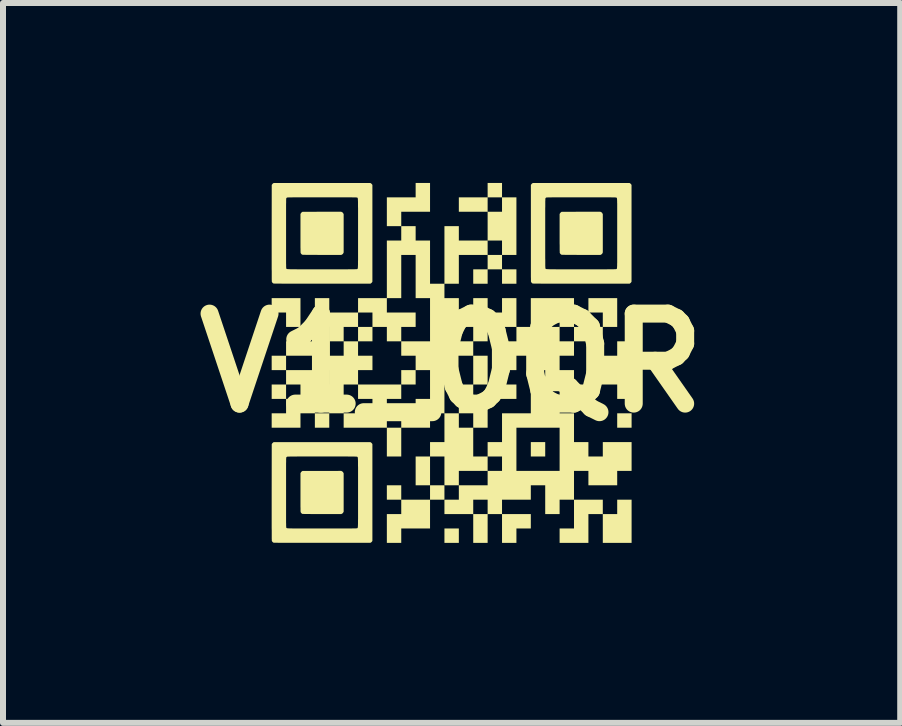
<source format=kicad_pcb>
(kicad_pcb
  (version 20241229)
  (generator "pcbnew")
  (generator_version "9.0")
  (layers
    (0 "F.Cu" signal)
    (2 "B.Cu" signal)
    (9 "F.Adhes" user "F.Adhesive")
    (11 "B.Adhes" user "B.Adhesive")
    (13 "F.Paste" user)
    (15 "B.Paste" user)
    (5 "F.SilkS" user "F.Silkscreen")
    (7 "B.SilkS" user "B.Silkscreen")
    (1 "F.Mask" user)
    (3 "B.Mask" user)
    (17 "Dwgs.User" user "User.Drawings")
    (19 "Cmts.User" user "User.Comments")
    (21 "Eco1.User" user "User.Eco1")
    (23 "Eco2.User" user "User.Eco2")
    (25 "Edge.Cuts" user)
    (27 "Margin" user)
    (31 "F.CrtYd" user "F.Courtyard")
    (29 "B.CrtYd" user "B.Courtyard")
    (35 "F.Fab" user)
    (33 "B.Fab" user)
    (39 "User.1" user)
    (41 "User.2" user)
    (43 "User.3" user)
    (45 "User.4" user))
  (footprint "V1_0QR"
    (layer "F.Cu")
    (at 4.479 3)
    (property "Reference" "V1_0QR" (at 0 0 0) (layer "F.SilkS") (effects (font (size 1.5 1.5) (thickness 0.3))))
    (attr board_only exclude_from_pos_files exclude_from_bom)
    (fp_poly (pts (xy -1.32 -0.48) (xy -1.32 -0.36) (xy -1.44 -0.36) (xy -1.56 -0.36) (xy -1.56 -0.48) (xy -1.56 -0.6) (xy -1.44 -0.6) (xy -1.32 -0.6)) (stroke (width 0) (type solid)) (fill yes) (layer "F.SilkS"))
    (fp_poly (pts (xy -0.6 0.24) (xy -0.6 0.36) (xy -0.72 0.36) (xy -0.84 0.36) (xy -0.84 0.24) (xy -0.84 0.12) (xy -0.72 0.12) (xy -0.6 0.12)) (stroke (width 0) (type solid)) (fill yes) (layer "F.SilkS"))
    (fp_poly (pts (xy 0.12 2.88) (xy 0.12 3) (xy 0 3) (xy -0.12 3) (xy -0.12 2.88) (xy -0.12 2.76) (xy 0 2.76) (xy 0.12 2.76)) (stroke (width 0) (type solid)) (fill yes) (layer "F.SilkS"))
    (fp_poly (pts (xy 1.08 -1.44) (xy 1.08 -1.32) (xy 0.96 -1.32) (xy 0.84 -1.32) (xy 0.84 -1.44) (xy 0.84 -1.56) (xy 0.96 -1.56) (xy 1.08 -1.56)) (stroke (width 0) (type solid)) (fill yes) (layer "F.SilkS"))
    (fp_poly (pts (xy 1.56 1.44) (xy 1.56 1.56) (xy 1.44 1.56) (xy 1.32 1.56) (xy 1.32 1.44) (xy 1.32 1.32) (xy 1.44 1.32) (xy 1.56 1.32)) (stroke (width 0) (type solid)) (fill yes) (layer "F.SilkS"))
    (fp_poly (pts (xy 3 0.96) (xy 3 1.08) (xy 2.88 1.08) (xy 2.76 1.08) (xy 2.76 0.96) (xy 2.76 0.84) (xy 2.88 0.84) (xy 3 0.84)) (stroke (width 0) (type solid)) (fill yes) (layer "F.SilkS"))
    (fp_poly (pts (xy -2.52 -0.84) (xy -2.52 -0.6) (xy -2.64 -0.6) (xy -2.76 -0.6) (xy -2.76 -0.72) (xy -2.76 -0.84) (xy -2.88 -0.84) (xy -3 -0.84) (xy -3 -0.96) (xy -3 -1.08) (xy -2.76 -1.08) (xy -2.52 -1.08)) (stroke (width 0) (type solid)) (fill yes) (layer "F.SilkS"))
    (fp_poly (pts (xy 1.32 2.64) (xy 1.32 2.76) (xy 1.2 2.76) (xy 1.08 2.76) (xy 1.08 2.88) (xy 1.08 3) (xy 0.96 3) (xy 0.84 3) (xy 0.84 2.76) (xy 0.84 2.52) (xy 1.08 2.52) (xy 1.32 2.52)) (stroke (width 0) (type solid)) (fill yes) (layer "F.SilkS"))
    (fp_poly (pts (xy -0.36 -2.76) (xy -0.36 -2.52) (xy -0.6 -2.52) (xy -0.84 -2.52) (xy -0.84 -2.4) (xy -0.84 -2.28) (xy -0.96 -2.28) (xy -1.08 -2.28) (xy -1.08 -2.52) (xy -1.08 -2.76) (xy -0.84 -2.76) (xy -0.6 -2.76) (xy -0.6 -2.88) (xy -0.6 -3) (xy -0.48 -3) (xy -0.36 -3)) (stroke (width 0) (type solid)) (fill yes) (layer "F.SilkS"))
    (fp_poly (pts (xy 2.52 2.4) (xy 2.52 2.52) (xy 2.64 2.52) (xy 2.76 2.52) (xy 2.76 2.4) (xy 2.76 2.28) (xy 2.88 2.28) (xy 3 2.28) (xy 3 2.64) (xy 3 3) (xy 2.76 3) (xy 2.52 3) (xy 2.52 2.76) (xy 2.52 2.52) (xy 2.4 2.52) (xy 2.28 2.52) (xy 2.28 2.76) (xy 2.28 3) (xy 2.04 3) (xy 1.8 3) (xy 1.8 2.88) (xy 1.8 2.76) (xy 1.92 2.76) (xy 2.04 2.76) (xy 2.04 2.52) (xy 2.04 2.28) (xy 2.28 2.28) (xy 2.52 2.28)) (stroke (width 0) (type solid)) (fill yes) (layer "F.SilkS"))
    (fp_poly (pts (xy 0.6 0.12) (xy 0.6 0.36) (xy 0.48 0.36) (xy 0.36 0.36) (xy 0.36 0.48) (xy 0.36 0.6) (xy 0.48 0.6) (xy 0.6 0.6) (xy 0.6 0.48) (xy 0.6 0.36) (xy 0.84 0.36) (xy 1.08 0.36) (xy 1.08 0.48) (xy 1.08 0.6) (xy 0.84 0.6) (xy 0.6 0.6) (xy 0.6 0.84) (xy 0.6 1.08) (xy 0.48 1.08) (xy 0.36 1.08) (xy 0.36 0.96) (xy 0.36 0.84) (xy 0.24 0.84) (xy 0.12 0.84) (xy 0.12 0.6) (xy 0.12 0.36) (xy 0.24 0.36) (xy 0.36 0.36) (xy 0.36 0.12) (xy 0.36 -0.12) (xy 0.48 -0.12) (xy 0.6 -0.12)) (stroke (width 0) (type solid)) (fill yes) (layer "F.SilkS"))
    (fp_poly (pts (xy -1.827 -2.513) (xy -1.819 -2.508) (xy -1.812 -2.502) (xy -1.807 -2.493) (xy -1.8 -2.48) (xy -1.8 -2.16) (xy -1.8 -1.841) (xy -1.807 -1.827) (xy -1.813 -1.818) (xy -1.819 -1.812) (xy -1.827 -1.807) (xy -1.841 -1.8) (xy -2.16 -1.8) (xy -2.206 -1.8) (xy -2.249 -1.801) (xy -2.29 -1.801) (xy -2.327 -1.801) (xy -2.361 -1.801) (xy -2.391 -1.801) (xy -2.418 -1.801) (xy -2.44 -1.802) (xy -2.459 -1.802) (xy -2.473 -1.802) (xy -2.482 -1.803) (xy -2.487 -1.803) (xy -2.487 -1.803) (xy -2.496 -1.807) (xy -2.505 -1.815) (xy -2.512 -1.824) (xy -2.517 -1.833) (xy -2.518 -1.834) (xy -2.518 -1.838) (xy -2.518 -1.847) (xy -2.519 -1.86) (xy -2.519 -1.877) (xy -2.519 -1.899) (xy -2.52 -1.926) (xy -2.52 -1.957) (xy -2.52 -1.994) (xy -2.52 -2.035) (xy -2.52 -2.081) (xy -2.52 -2.131) (xy -2.52 -2.163) (xy -2.52 -2.482) (xy -2.514 -2.493) (xy -2.509 -2.501) (xy -2.501 -2.509) (xy -2.498 -2.511) (xy -2.487 -2.519) (xy -2.164 -2.52) (xy -1.841 -2.52)) (stroke (width 0) (type solid)) (fill yes) (layer "F.SilkS"))
    (fp_poly (pts (xy -1.827 1.807) (xy -1.819 1.813) (xy -1.812 1.819) (xy -1.807 1.827) (xy -1.8 1.841) (xy -1.8 2.16) (xy -1.8 2.48) (xy -1.807 2.493) (xy -1.813 2.502) (xy -1.819 2.508) (xy -1.827 2.513) (xy -1.841 2.52) (xy -2.16 2.52) (xy -2.206 2.52) (xy -2.249 2.52) (xy -2.29 2.52) (xy -2.327 2.52) (xy -2.361 2.519) (xy -2.391 2.519) (xy -2.418 2.519) (xy -2.44 2.519) (xy -2.459 2.518) (xy -2.473 2.518) (xy -2.482 2.518) (xy -2.487 2.518) (xy -2.487 2.517) (xy -2.496 2.513) (xy -2.505 2.505) (xy -2.512 2.496) (xy -2.517 2.487) (xy -2.518 2.486) (xy -2.518 2.482) (xy -2.518 2.474) (xy -2.519 2.461) (xy -2.519 2.443) (xy -2.519 2.421) (xy -2.52 2.395) (xy -2.52 2.363) (xy -2.52 2.327) (xy -2.52 2.286) (xy -2.52 2.24) (xy -2.52 2.189) (xy -2.52 2.157) (xy -2.52 1.838) (xy -2.514 1.827) (xy -2.509 1.819) (xy -2.501 1.811) (xy -2.498 1.809) (xy -2.487 1.801) (xy -2.164 1.801) (xy -1.841 1.8)) (stroke (width 0) (type solid)) (fill yes) (layer "F.SilkS"))
    (fp_poly (pts (xy 2.493 -2.513) (xy 2.502 -2.508) (xy 2.508 -2.502) (xy 2.513 -2.493) (xy 2.52 -2.48) (xy 2.52 -2.16) (xy 2.52 -1.841) (xy 2.513 -1.827) (xy 2.508 -1.818) (xy 2.501 -1.812) (xy 2.493 -1.807) (xy 2.48 -1.8) (xy 2.161 -1.8) (xy 2.114 -1.8) (xy 2.071 -1.801) (xy 2.031 -1.801) (xy 1.994 -1.801) (xy 1.96 -1.801) (xy 1.929 -1.801) (xy 1.903 -1.801) (xy 1.88 -1.802) (xy 1.862 -1.802) (xy 1.848 -1.802) (xy 1.838 -1.803) (xy 1.834 -1.803) (xy 1.833 -1.803) (xy 1.824 -1.807) (xy 1.816 -1.815) (xy 1.808 -1.824) (xy 1.803 -1.833) (xy 1.803 -1.834) (xy 1.802 -1.838) (xy 1.802 -1.847) (xy 1.802 -1.86) (xy 1.801 -1.877) (xy 1.801 -1.899) (xy 1.801 -1.926) (xy 1.801 -1.957) (xy 1.8 -1.994) (xy 1.8 -2.035) (xy 1.8 -2.081) (xy 1.8 -2.131) (xy 1.8 -2.163) (xy 1.8 -2.482) (xy 1.806 -2.493) (xy 1.812 -2.501) (xy 1.819 -2.509) (xy 1.822 -2.511) (xy 1.833 -2.519) (xy 2.156 -2.52) (xy 2.48 -2.52)) (stroke (width 0) (type solid)) (fill yes) (layer "F.SilkS"))
    (fp_poly (pts (xy -1.343 -2.992) (xy -1.336 -2.986) (xy -1.329 -2.978) (xy -1.327 -2.976) (xy -1.321 -2.967) (xy -1.321 -2.16) (xy -1.321 -1.354) (xy -1.327 -1.344) (xy -1.333 -1.337) (xy -1.341 -1.33) (xy -1.343 -1.328) (xy -1.354 -1.321) (xy -2.156 -1.321) (xy -2.234 -1.321) (xy -2.309 -1.321) (xy -2.379 -1.321) (xy -2.447 -1.321) (xy -2.51 -1.321) (xy -2.57 -1.321) (xy -2.627 -1.321) (xy -2.679 -1.321) (xy -2.727 -1.321) (xy -2.771 -1.321) (xy -2.811 -1.321) (xy -2.846 -1.322) (xy -2.877 -1.322) (xy -2.904 -1.322) (xy -2.926 -1.322) (xy -2.944 -1.322) (xy -2.956 -1.323) (xy -2.964 -1.323) (xy -2.967 -1.323) (xy -2.976 -1.327) (xy -2.985 -1.335) (xy -2.993 -1.344) (xy -2.997 -1.354) (xy -2.998 -1.355) (xy -2.998 -1.358) (xy -2.998 -1.365) (xy -2.998 -1.375) (xy -2.999 -1.39) (xy -2.999 -1.409) (xy -2.999 -1.432) (xy -2.999 -1.46) (xy -2.999 -1.491) (xy -2.999 -1.527) (xy -3 -1.567) (xy -3 -1.612) (xy -3 -1.661) (xy -3 -1.715) (xy -3 -1.774) (xy -3 -1.837) (xy -3 -1.904) (xy -3 -1.977) (xy -3 -2.055) (xy -3 -2.137) (xy -3 -2.16) (xy -2.76 -2.16) (xy -2.76 -2.097) (xy -2.76 -2.038) (xy -2.76 -1.984) (xy -2.76 -1.934) (xy -2.76 -1.889) (xy -2.76 -1.847) (xy -2.76 -1.809) (xy -2.76 -1.776) (xy -2.76 -1.745) (xy -2.76 -1.718) (xy -2.76 -1.694) (xy -2.76 -1.673) (xy -2.76 -1.654) (xy -2.759 -1.638) (xy -2.759 -1.625) (xy -2.759 -1.613) (xy -2.759 -1.604) (xy -2.758 -1.596) (xy -2.758 -1.59) (xy -2.758 -1.585) (xy -2.758 -1.581) (xy -2.757 -1.579) (xy -2.757 -1.577) (xy -2.756 -1.575) (xy -2.756 -1.575) (xy -2.755 -1.573) (xy -2.755 -1.572) (xy -2.754 -1.571) (xy -2.753 -1.569) (xy -2.752 -1.568) (xy -2.751 -1.567) (xy -2.748 -1.566) (xy -2.745 -1.565) (xy -2.741 -1.564) (xy -2.735 -1.564) (xy -2.728 -1.563) (xy -2.719 -1.563) (xy -2.708 -1.562) (xy -2.696 -1.562) (xy -2.681 -1.561) (xy -2.663 -1.561) (xy -2.643 -1.561) (xy -2.62 -1.561) (xy -2.594 -1.561) (xy -2.565 -1.56) (xy -2.533 -1.56) (xy -2.497 -1.56) (xy -2.457 -1.56) (xy -2.413 -1.56) (xy -2.365 -1.56) (xy -2.313 -1.56) (xy -2.256 -1.56) (xy -2.195 -1.56) (xy -2.161 -1.56) (xy -2.097 -1.56) (xy -2.038 -1.56) (xy -1.984 -1.56) (xy -1.934 -1.56) (xy -1.888 -1.56) (xy -1.847 -1.56) (xy -1.809 -1.56) (xy -1.775 -1.56) (xy -1.744 -1.56) (xy -1.717 -1.561) (xy -1.693 -1.561) (xy -1.672 -1.561) (xy -1.653 -1.561) (xy -1.638 -1.561) (xy -1.624 -1.561) (xy -1.612 -1.562) (xy -1.603 -1.562) (xy -1.595 -1.562) (xy -1.589 -1.562) (xy -1.585 -1.563) (xy -1.581 -1.563) (xy -1.579 -1.563) (xy -1.577 -1.564) (xy -1.576 -1.564) (xy -1.575 -1.565) (xy -1.573 -1.565) (xy -1.571 -1.566) (xy -1.57 -1.566) (xy -1.569 -1.567) (xy -1.568 -1.568) (xy -1.567 -1.571) (xy -1.566 -1.574) (xy -1.565 -1.578) (xy -1.564 -1.583) (xy -1.563 -1.59) (xy -1.563 -1.598) (xy -1.562 -1.609) (xy -1.562 -1.621) (xy -1.561 -1.635) (xy -1.561 -1.652) (xy -1.561 -1.672) (xy -1.561 -1.694) (xy -1.56 -1.72) (xy -1.56 -1.748) (xy -1.56 -1.78) (xy -1.56 -1.815) (xy -1.56 -1.854) (xy -1.56 -1.897) (xy -1.56 -1.944) (xy -1.56 -1.996) (xy -1.56 -2.052) (xy -1.56 -2.112) (xy -1.56 -2.16) (xy -1.56 -2.224) (xy -1.56 -2.283) (xy -1.56 -2.338) (xy -1.56 -2.388) (xy -1.56 -2.434) (xy -1.56 -2.476) (xy -1.56 -2.514) (xy -1.56 -2.548) (xy -1.56 -2.579) (xy -1.561 -2.607) (xy -1.561 -2.631) (xy -1.561 -2.653) (xy -1.561 -2.672) (xy -1.561 -2.688) (xy -1.562 -2.702) (xy -1.562 -2.713) (xy -1.563 -2.723) (xy -1.563 -2.731) (xy -1.564 -2.738) (xy -1.565 -2.743) (xy -1.566 -2.747) (xy -1.566 -2.749) (xy -1.567 -2.751) (xy -1.569 -2.753) (xy -1.57 -2.754) (xy -1.571 -2.754) (xy -1.573 -2.755) (xy -1.574 -2.756) (xy -1.575 -2.756) (xy -1.576 -2.756) (xy -1.577 -2.757) (xy -1.58 -2.757) (xy -1.583 -2.758) (xy -1.587 -2.758) (xy -1.592 -2.758) (xy -1.599 -2.759) (xy -1.608 -2.759) (xy -1.618 -2.759) (xy -1.631 -2.759) (xy -1.645 -2.759) (xy -1.662 -2.76) (xy -1.682 -2.76) (xy -1.704 -2.76) (xy -1.73 -2.76) (xy -1.759 -2.76) (xy -1.791 -2.76) (xy -1.826 -2.76) (xy -1.865 -2.76) (xy -1.909 -2.76) (xy -1.956 -2.76) (xy -2.008 -2.76) (xy -2.064 -2.76) (xy -2.125 -2.76) (xy -2.16 -2.76) (xy -2.224 -2.76) (xy -2.283 -2.76) (xy -2.337 -2.76) (xy -2.387 -2.76) (xy -2.432 -2.76) (xy -2.474 -2.76) (xy -2.512 -2.76) (xy -2.546 -2.76) (xy -2.576 -2.76) (xy -2.603 -2.76) (xy -2.627 -2.76) (xy -2.649 -2.76) (xy -2.667 -2.759) (xy -2.683 -2.759) (xy -2.697 -2.759) (xy -2.708 -2.759) (xy -2.718 -2.759) (xy -2.725 -2.758) (xy -2.732 -2.758) (xy -2.736 -2.758) (xy -2.74 -2.757) (xy -2.742 -2.757) (xy -2.744 -2.757) (xy -2.745 -2.756) (xy -2.745 -2.756) (xy -2.752 -2.751) (xy -2.756 -2.745) (xy -2.757 -2.744) (xy -2.757 -2.742) (xy -2.757 -2.74) (xy -2.758 -2.737) (xy -2.758 -2.732) (xy -2.758 -2.726) (xy -2.759 -2.718) (xy -2.759 -2.709) (xy -2.759 -2.697) (xy -2.759 -2.684) (xy -2.759 -2.668) (xy -2.76 -2.65) (xy -2.76 -2.629) (xy -2.76 -2.605) (xy -2.76 -2.578) (xy -2.76 -2.548) (xy -2.76 -2.514) (xy -2.76 -2.476) (xy -2.76 -2.435) (xy -2.76 -2.39) (xy -2.76 -2.34) (xy -2.76 -2.286) (xy -2.76 -2.228) (xy -2.76 -2.164) (xy -2.76 -2.16) (xy -3 -2.16) (xy -3 -2.166) (xy -2.999 -2.967) (xy -2.992 -2.977) (xy -2.986 -2.985) (xy -2.978 -2.992) (xy -2.976 -2.993) (xy -2.967 -2.999) (xy -2.16 -2.999) (xy -1.354 -2.999)) (stroke (width 0) (type solid)) (fill yes) (layer "F.SilkS"))
    (fp_poly (pts (xy -1.343 1.328) (xy -1.336 1.334) (xy -1.329 1.342) (xy -1.327 1.344) (xy -1.321 1.354) (xy -1.321 2.16) (xy -1.321 2.967) (xy -1.327 2.976) (xy -1.333 2.984) (xy -1.341 2.991) (xy -1.343 2.992) (xy -1.354 2.999) (xy -2.156 2.999) (xy -2.234 2.999) (xy -2.309 2.999) (xy -2.379 2.999) (xy -2.447 2.999) (xy -2.51 2.999) (xy -2.57 2.999) (xy -2.627 2.999) (xy -2.679 2.999) (xy -2.727 2.999) (xy -2.771 2.999) (xy -2.811 2.999) (xy -2.846 2.999) (xy -2.877 2.999) (xy -2.904 2.998) (xy -2.926 2.998) (xy -2.944 2.998) (xy -2.956 2.998) (xy -2.964 2.998) (xy -2.967 2.997) (xy -2.976 2.993) (xy -2.985 2.985) (xy -2.993 2.976) (xy -2.997 2.967) (xy -2.998 2.966) (xy -2.998 2.963) (xy -2.998 2.956) (xy -2.998 2.945) (xy -2.999 2.93) (xy -2.999 2.911) (xy -2.999 2.888) (xy -2.999 2.861) (xy -2.999 2.829) (xy -2.999 2.793) (xy -3 2.753) (xy -3 2.708) (xy -3 2.659) (xy -3 2.605) (xy -3 2.547) (xy -3 2.484) (xy -3 2.416) (xy -3 2.343) (xy -3 2.266) (xy -3 2.184) (xy -3 2.16) (xy -2.76 2.16) (xy -2.76 2.224) (xy -2.76 2.283) (xy -2.76 2.337) (xy -2.76 2.386) (xy -2.76 2.432) (xy -2.76 2.473) (xy -2.76 2.511) (xy -2.76 2.545) (xy -2.76 2.575) (xy -2.76 2.602) (xy -2.76 2.627) (xy -2.76 2.648) (xy -2.76 2.666) (xy -2.759 2.682) (xy -2.759 2.696) (xy -2.759 2.707) (xy -2.759 2.717) (xy -2.758 2.725) (xy -2.758 2.731) (xy -2.758 2.736) (xy -2.758 2.739) (xy -2.757 2.742) (xy -2.757 2.744) (xy -2.756 2.745) (xy -2.756 2.745) (xy -2.755 2.747) (xy -2.755 2.749) (xy -2.754 2.75) (xy -2.753 2.751) (xy -2.752 2.752) (xy -2.751 2.753) (xy -2.748 2.754) (xy -2.745 2.755) (xy -2.741 2.756) (xy -2.735 2.757) (xy -2.728 2.757) (xy -2.719 2.758) (xy -2.708 2.758) (xy -2.696 2.759) (xy -2.681 2.759) (xy -2.663 2.759) (xy -2.643 2.76) (xy -2.62 2.76) (xy -2.594 2.76) (xy -2.565 2.76) (xy -2.533 2.76) (xy -2.497 2.76) (xy -2.457 2.76) (xy -2.413 2.76) (xy -2.365 2.76) (xy -2.313 2.76) (xy -2.256 2.76) (xy -2.195 2.76) (xy -2.161 2.76) (xy -2.097 2.76) (xy -2.038 2.76) (xy -1.984 2.76) (xy -1.934 2.76) (xy -1.888 2.76) (xy -1.847 2.76) (xy -1.809 2.76) (xy -1.775 2.76) (xy -1.744 2.76) (xy -1.717 2.76) (xy -1.693 2.76) (xy -1.672 2.76) (xy -1.653 2.759) (xy -1.638 2.759) (xy -1.624 2.759) (xy -1.612 2.759) (xy -1.603 2.759) (xy -1.595 2.758) (xy -1.589 2.758) (xy -1.585 2.758) (xy -1.581 2.757) (xy -1.579 2.757) (xy -1.577 2.757) (xy -1.576 2.756) (xy -1.575 2.756) (xy -1.573 2.755) (xy -1.571 2.755) (xy -1.57 2.754) (xy -1.569 2.753) (xy -1.568 2.752) (xy -1.567 2.75) (xy -1.566 2.747) (xy -1.565 2.743) (xy -1.564 2.737) (xy -1.563 2.731) (xy -1.563 2.722) (xy -1.562 2.712) (xy -1.562 2.7) (xy -1.561 2.685) (xy -1.561 2.668) (xy -1.561 2.648) (xy -1.561 2.626) (xy -1.56 2.601) (xy -1.56 2.572) (xy -1.56 2.541) (xy -1.56 2.505) (xy -1.56 2.466) (xy -1.56 2.423) (xy -1.56 2.376) (xy -1.56 2.325) (xy -1.56 2.269) (xy -1.56 2.208) (xy -1.56 2.16) (xy -1.56 2.096) (xy -1.56 2.037) (xy -1.56 1.982) (xy -1.56 1.932) (xy -1.56 1.886) (xy -1.56 1.844) (xy -1.56 1.806) (xy -1.56 1.772) (xy -1.56 1.741) (xy -1.561 1.714) (xy -1.561 1.689) (xy -1.561 1.668) (xy -1.561 1.649) (xy -1.561 1.633) (xy -1.562 1.619) (xy -1.562 1.607) (xy -1.563 1.597) (xy -1.563 1.589) (xy -1.564 1.583) (xy -1.565 1.578) (xy -1.566 1.574) (xy -1.566 1.571) (xy -1.567 1.569) (xy -1.569 1.568) (xy -1.57 1.567) (xy -1.571 1.566) (xy -1.573 1.566) (xy -1.574 1.565) (xy -1.575 1.564) (xy -1.576 1.564) (xy -1.577 1.564) (xy -1.58 1.563) (xy -1.583 1.563) (xy -1.587 1.562) (xy -1.592 1.562) (xy -1.599 1.562) (xy -1.608 1.562) (xy -1.618 1.561) (xy -1.631 1.561) (xy -1.645 1.561) (xy -1.662 1.561) (xy -1.682 1.561) (xy -1.704 1.561) (xy -1.73 1.56) (xy -1.759 1.56) (xy -1.791 1.56) (xy -1.826 1.56) (xy -1.865 1.56) (xy -1.909 1.56) (xy -1.956 1.56) (xy -2.008 1.56) (xy -2.064 1.56) (xy -2.125 1.56) (xy -2.16 1.56) (xy -2.224 1.56) (xy -2.283 1.56) (xy -2.337 1.56) (xy -2.387 1.56) (xy -2.432 1.56) (xy -2.474 1.56) (xy -2.512 1.56) (xy -2.546 1.56) (xy -2.576 1.56) (xy -2.603 1.561) (xy -2.627 1.561) (xy -2.649 1.561) (xy -2.667 1.561) (xy -2.683 1.561) (xy -2.697 1.561) (xy -2.708 1.562) (xy -2.718 1.562) (xy -2.725 1.562) (xy -2.732 1.562) (xy -2.736 1.563) (xy -2.74 1.563) (xy -2.742 1.563) (xy -2.744 1.564) (xy -2.745 1.564) (xy -2.745 1.564) (xy -2.752 1.57) (xy -2.756 1.575) (xy -2.757 1.576) (xy -2.757 1.578) (xy -2.757 1.58) (xy -2.758 1.584) (xy -2.758 1.589) (xy -2.758 1.595) (xy -2.759 1.602) (xy -2.759 1.612) (xy -2.759 1.623) (xy -2.759 1.636) (xy -2.759 1.652) (xy -2.76 1.671) (xy -2.76 1.692) (xy -2.76 1.715) (xy -2.76 1.742) (xy -2.76 1.773) (xy -2.76 1.807) (xy -2.76 1.844) (xy -2.76 1.885) (xy -2.76 1.931) (xy -2.76 1.98) (xy -2.76 2.034) (xy -2.76 2.093) (xy -2.76 2.156) (xy -2.76 2.16) (xy -3 2.16) (xy -3 2.155) (xy -2.999 1.354) (xy -2.992 1.343) (xy -2.986 1.336) (xy -2.978 1.329) (xy -2.976 1.327) (xy -2.967 1.321) (xy -2.16 1.321) (xy -1.354 1.321)) (stroke (width 0) (type solid)) (fill yes) (layer "F.SilkS"))
    (fp_poly (pts (xy 2.977 -2.992) (xy 2.985 -2.986) (xy 2.992 -2.978) (xy 2.993 -2.976) (xy 2.999 -2.967) (xy 2.999 -2.16) (xy 2.999 -1.354) (xy 2.993 -1.344) (xy 2.987 -1.337) (xy 2.979 -1.33) (xy 2.977 -1.328) (xy 2.967 -1.321) (xy 2.164 -1.321) (xy 2.086 -1.321) (xy 2.012 -1.321) (xy 1.941 -1.321) (xy 1.874 -1.321) (xy 1.81 -1.321) (xy 1.75 -1.321) (xy 1.694 -1.321) (xy 1.642 -1.321) (xy 1.594 -1.321) (xy 1.55 -1.321) (xy 1.51 -1.321) (xy 1.474 -1.322) (xy 1.443 -1.322) (xy 1.416 -1.322) (xy 1.394 -1.322) (xy 1.377 -1.322) (xy 1.364 -1.323) (xy 1.356 -1.323) (xy 1.353 -1.323) (xy 1.344 -1.327) (xy 1.335 -1.335) (xy 1.328 -1.344) (xy 1.323 -1.354) (xy 1.323 -1.355) (xy 1.322 -1.358) (xy 1.322 -1.365) (xy 1.322 -1.375) (xy 1.322 -1.39) (xy 1.322 -1.409) (xy 1.321 -1.432) (xy 1.321 -1.46) (xy 1.321 -1.491) (xy 1.321 -1.527) (xy 1.321 -1.567) (xy 1.321 -1.612) (xy 1.321 -1.661) (xy 1.321 -1.715) (xy 1.321 -1.774) (xy 1.321 -1.837) (xy 1.321 -1.904) (xy 1.321 -1.977) (xy 1.321 -2.055) (xy 1.321 -2.137) (xy 1.321 -2.16) (xy 1.56 -2.16) (xy 1.56 -2.097) (xy 1.56 -2.038) (xy 1.56 -1.984) (xy 1.56 -1.934) (xy 1.56 -1.889) (xy 1.56 -1.847) (xy 1.56 -1.809) (xy 1.56 -1.776) (xy 1.56 -1.745) (xy 1.561 -1.718) (xy 1.561 -1.694) (xy 1.561 -1.673) (xy 1.561 -1.654) (xy 1.561 -1.638) (xy 1.561 -1.625) (xy 1.561 -1.613) (xy 1.562 -1.604) (xy 1.562 -1.596) (xy 1.562 -1.59) (xy 1.563 -1.585) (xy 1.563 -1.581) (xy 1.563 -1.579) (xy 1.564 -1.577) (xy 1.564 -1.575) (xy 1.564 -1.575) (xy 1.565 -1.573) (xy 1.566 -1.572) (xy 1.566 -1.571) (xy 1.567 -1.569) (xy 1.568 -1.568) (xy 1.57 -1.567) (xy 1.572 -1.566) (xy 1.575 -1.565) (xy 1.58 -1.564) (xy 1.585 -1.564) (xy 1.593 -1.563) (xy 1.601 -1.563) (xy 1.612 -1.562) (xy 1.625 -1.562) (xy 1.64 -1.561) (xy 1.657 -1.561) (xy 1.677 -1.561) (xy 1.7 -1.561) (xy 1.726 -1.561) (xy 1.755 -1.56) (xy 1.788 -1.56) (xy 1.824 -1.56) (xy 1.863 -1.56) (xy 1.907 -1.56) (xy 1.955 -1.56) (xy 2.007 -1.56) (xy 2.064 -1.56) (xy 2.125 -1.56) (xy 2.16 -1.56) (xy 2.224 -1.56) (xy 2.282 -1.56) (xy 2.337 -1.56) (xy 2.387 -1.56) (xy 2.432 -1.56) (xy 2.474 -1.56) (xy 2.511 -1.56) (xy 2.545 -1.56) (xy 2.576 -1.56) (xy 2.603 -1.561) (xy 2.627 -1.561) (xy 2.648 -1.561) (xy 2.667 -1.561) (xy 2.683 -1.561) (xy 2.697 -1.561) (xy 2.708 -1.562) (xy 2.717 -1.562) (xy 2.725 -1.562) (xy 2.731 -1.562) (xy 2.736 -1.563) (xy 2.739 -1.563) (xy 2.742 -1.563) (xy 2.743 -1.564) (xy 2.744 -1.564) (xy 2.746 -1.565) (xy 2.747 -1.565) (xy 2.749 -1.566) (xy 2.75 -1.566) (xy 2.752 -1.567) (xy 2.753 -1.568) (xy 2.754 -1.571) (xy 2.755 -1.574) (xy 2.756 -1.578) (xy 2.756 -1.583) (xy 2.757 -1.59) (xy 2.758 -1.598) (xy 2.758 -1.609) (xy 2.759 -1.621) (xy 2.759 -1.635) (xy 2.759 -1.652) (xy 2.76 -1.672) (xy 2.76 -1.694) (xy 2.76 -1.72) (xy 2.76 -1.748) (xy 2.76 -1.78) (xy 2.76 -1.815) (xy 2.76 -1.854) (xy 2.76 -1.897) (xy 2.76 -1.944) (xy 2.76 -1.996) (xy 2.76 -2.052) (xy 2.76 -2.112) (xy 2.76 -2.16) (xy 2.76 -2.224) (xy 2.76 -2.283) (xy 2.76 -2.338) (xy 2.76 -2.388) (xy 2.76 -2.434) (xy 2.76 -2.476) (xy 2.76 -2.514) (xy 2.76 -2.548) (xy 2.76 -2.579) (xy 2.76 -2.607) (xy 2.76 -2.631) (xy 2.76 -2.653) (xy 2.759 -2.672) (xy 2.759 -2.688) (xy 2.759 -2.702) (xy 2.758 -2.713) (xy 2.758 -2.723) (xy 2.757 -2.731) (xy 2.756 -2.738) (xy 2.756 -2.743) (xy 2.755 -2.747) (xy 2.754 -2.749) (xy 2.753 -2.751) (xy 2.752 -2.753) (xy 2.751 -2.754) (xy 2.749 -2.754) (xy 2.748 -2.755) (xy 2.746 -2.756) (xy 2.745 -2.756) (xy 2.744 -2.756) (xy 2.743 -2.757) (xy 2.741 -2.757) (xy 2.738 -2.758) (xy 2.733 -2.758) (xy 2.728 -2.758) (xy 2.721 -2.759) (xy 2.713 -2.759) (xy 2.702 -2.759) (xy 2.69 -2.759) (xy 2.675 -2.759) (xy 2.658 -2.76) (xy 2.638 -2.76) (xy 2.616 -2.76) (xy 2.59 -2.76) (xy 2.562 -2.76) (xy 2.53 -2.76) (xy 2.494 -2.76) (xy 2.455 -2.76) (xy 2.412 -2.76) (xy 2.364 -2.76) (xy 2.313 -2.76) (xy 2.257 -2.76) (xy 2.196 -2.76) (xy 2.16 -2.76) (xy 2.097 -2.76) (xy 2.038 -2.76) (xy 1.983 -2.76) (xy 1.934 -2.76) (xy 1.888 -2.76) (xy 1.846 -2.76) (xy 1.809 -2.76) (xy 1.775 -2.76) (xy 1.744 -2.76) (xy 1.717 -2.76) (xy 1.693 -2.76) (xy 1.672 -2.76) (xy 1.653 -2.759) (xy 1.637 -2.759) (xy 1.624 -2.759) (xy 1.612 -2.759) (xy 1.603 -2.759) (xy 1.595 -2.758) (xy 1.589 -2.758) (xy 1.584 -2.758) (xy 1.581 -2.757) (xy 1.578 -2.757) (xy 1.576 -2.757) (xy 1.575 -2.756) (xy 1.575 -2.756) (xy 1.569 -2.751) (xy 1.564 -2.745) (xy 1.564 -2.744) (xy 1.563 -2.742) (xy 1.563 -2.74) (xy 1.563 -2.737) (xy 1.562 -2.732) (xy 1.562 -2.726) (xy 1.562 -2.718) (xy 1.562 -2.709) (xy 1.561 -2.697) (xy 1.561 -2.684) (xy 1.561 -2.668) (xy 1.561 -2.65) (xy 1.561 -2.629) (xy 1.561 -2.605) (xy 1.56 -2.578) (xy 1.56 -2.548) (xy 1.56 -2.514) (xy 1.56 -2.476) (xy 1.56 -2.435) (xy 1.56 -2.39) (xy 1.56 -2.34) (xy 1.56 -2.286) (xy 1.56 -2.228) (xy 1.56 -2.164) (xy 1.56 -2.16) (xy 1.321 -2.16) (xy 1.321 -2.166) (xy 1.321 -2.967) (xy 1.328 -2.977) (xy 1.334 -2.985) (xy 1.342 -2.992) (xy 1.344 -2.993) (xy 1.354 -2.999) (xy 2.16 -2.999) (xy 2.967 -2.999)) (stroke (width 0) (type solid)) (fill yes) (layer "F.SilkS"))
    (fp_poly (pts (xy 0.84 -2.88) (xy 0.84 -2.76) (xy 0.72 -2.76) (xy 0.6 -2.76) (xy 0.6 -2.64) (xy 0.6 -2.52) (xy 0.72 -2.52) (xy 0.84 -2.52) (xy 0.84 -2.64) (xy 0.84 -2.76) (xy 0.96 -2.76) (xy 1.08 -2.76) (xy 1.08 -2.28) (xy 1.08 -1.8) (xy 0.96 -1.8) (xy 0.84 -1.8) (xy 0.84 -1.68) (xy 0.84 -1.56) (xy 0.72 -1.56) (xy 0.6 -1.56) (xy 0.6 -1.44) (xy 0.6 -1.32) (xy 0.48 -1.32) (xy 0.36 -1.32) (xy 0.36 -1.44) (xy 0.36 -1.56) (xy 0.48 -1.56) (xy 0.6 -1.56) (xy 0.6 -1.68) (xy 0.6 -1.8) (xy 0.36 -1.8) (xy 0.12 -1.8) (xy 0.12 -1.56) (xy 0.12 -1.32) (xy 0 -1.32) (xy -0.12 -1.32) (xy -0.12 -1.2) (xy -0.12 -1.08) (xy 0 -1.08) (xy 0.12 -1.08) (xy 0.12 -0.96) (xy 0.12 -0.84) (xy 0.24 -0.84) (xy 0.36 -0.84) (xy 0.36 -0.96) (xy 0.36 -1.08) (xy 0.48 -1.08) (xy 0.6 -1.08) (xy 0.6 -0.96) (xy 0.6 -0.84) (xy 0.72 -0.84) (xy 0.84 -0.84) (xy 0.84 -0.96) (xy 0.84 -1.08) (xy 0.96 -1.08) (xy 1.08 -1.08) (xy 1.08 -0.84) (xy 1.08 -0.6) (xy 1.2 -0.6) (xy 1.32 -0.6) (xy 1.32 -0.84) (xy 1.56 -0.84) (xy 1.56 -0.72) (xy 1.56 -0.6) (xy 1.68 -0.6) (xy 1.8 -0.6) (xy 1.8 -0.48) (xy 1.8 -0.36) (xy 1.92 -0.36) (xy 2.04 -0.36) (xy 2.04 -0.48) (xy 2.04 -0.6) (xy 1.92 -0.6) (xy 1.8 -0.6) (xy 1.8 -0.72) (xy 1.8 -0.84) (xy 1.68 -0.84) (xy 1.56 -0.84) (xy 1.32 -0.84) (xy 1.32 -1.08) (xy 1.68 -1.08) (xy 2.04 -1.08) (xy 2.04 -0.84) (xy 2.04 -0.6) (xy 2.28 -0.6) (xy 2.52 -0.6) (xy 2.52 -0.72) (xy 2.52 -0.84) (xy 2.4 -0.84) (xy 2.28 -0.84) (xy 2.28 -0.96) (xy 2.28 -1.08) (xy 2.52 -1.08) (xy 2.76 -1.08) (xy 2.76 -0.84) (xy 2.76 -0.6) (xy 2.64 -0.6) (xy 2.52 -0.6) (xy 2.52 -0.48) (xy 2.52 -0.36) (xy 2.28 -0.36) (xy 2.04 -0.36) (xy 2.04 -0.24) (xy 2.04 -0.12) (xy 1.92 -0.12) (xy 1.8 -0.12) (xy 1.8 0) (xy 1.8 0.12) (xy 1.92 0.12) (xy 2.04 0.12) (xy 2.04 0.24) (xy 2.04 0.36) (xy 2.16 0.36) (xy 2.28 0.36) (xy 2.28 0.12) (xy 2.28 -0.12) (xy 2.52 -0.12) (xy 2.76 -0.12) (xy 2.76 -0.24) (xy 2.76 -0.36) (xy 2.88 -0.36) (xy 3 -0.36) (xy 3 0.12) (xy 3 0.6) (xy 2.88 0.6) (xy 2.76 0.6) (xy 2.76 0.48) (xy 2.76 0.36) (xy 2.52 0.36) (xy 2.28 0.36) (xy 2.28 0.48) (xy 2.28 0.6) (xy 2.04 0.6) (xy 1.8 0.6) (xy 1.8 0.72) (xy 1.8 0.84) (xy 1.92 0.84) (xy 2.04 0.84) (xy 2.04 1.08) (xy 2.04 1.32) (xy 2.16 1.32) (xy 2.28 1.32) (xy 2.28 1.44) (xy 2.28 1.56) (xy 2.4 1.56) (xy 2.52 1.56) (xy 2.52 1.44) (xy 2.52 1.32) (xy 2.76 1.32) (xy 3 1.32) (xy 3 1.56) (xy 3 1.8) (xy 2.88 1.8) (xy 2.76 1.8) (xy 2.76 1.92) (xy 2.76 2.04) (xy 2.52 2.04) (xy 2.28 2.04) (xy 2.28 1.92) (xy 2.28 1.8) (xy 2.16 1.8) (xy 2.04 1.8) (xy 2.04 2.04) (xy 2.04 2.28) (xy 1.92 2.28) (xy 1.8 2.28) (xy 1.8 2.4) (xy 1.8 2.52) (xy 1.68 2.52) (xy 1.56 2.52) (xy 1.56 2.28) (xy 1.56 2.04) (xy 1.44 2.04) (xy 1.32 2.04) (xy 1.32 2.16) (xy 1.32 2.28) (xy 1.08 2.28) (xy 0.84 2.28) (xy 0.84 2.4) (xy 0.84 2.52) (xy 0.72 2.52) (xy 0.6 2.52) (xy 0.6 2.76) (xy 0.6 3) (xy 0.48 3) (xy 0.36 3) (xy 0.36 2.76) (xy 0.36 2.52) (xy 0.12 2.52) (xy -0.12 2.52) (xy -0.12 2.4) (xy -0.12 2.28) (xy -0.24 2.28) (xy -0.36 2.28) (xy -0.36 2.52) (xy -0.36 2.76) (xy -0.6 2.76) (xy -0.84 2.76) (xy -0.84 2.88) (xy -0.84 3) (xy -0.96 3) (xy -1.08 3) (xy -1.08 2.76) (xy -1.08 2.52) (xy -0.96 2.52) (xy -0.84 2.52) (xy -0.84 2.4) (xy -0.84 2.28) (xy -0.96 2.28) (xy -1.08 2.28) (xy -1.08 2.16) (xy -1.08 2.04) (xy -0.96 2.04) (xy -0.84 2.04) (xy -0.84 2.16) (xy -0.84 2.28) (xy -0.6 2.28) (xy -0.36 2.28) (xy -0.36 2.16) (xy -0.36 2.04) (xy -0.24 2.04) (xy -0.12 2.04) (xy -0.12 2.16) (xy -0.12 2.28) (xy 0 2.28) (xy 0.12 2.28) (xy 0.36 2.28) (xy 0.36 2.4) (xy 0.36 2.52) (xy 0.48 2.52) (xy 0.6 2.52) (xy 0.6 2.4) (xy 0.6 2.28) (xy 0.48 2.28) (xy 0.36 2.28) (xy 0.12 2.28) (xy 0.12 2.16) (xy 0.12 2.04) (xy 0.36 2.04) (xy 0.6 2.04) (xy 0.6 1.92) (xy 0.6 1.8) (xy 0.72 1.8) (xy 0.84 1.8) (xy 0.84 1.68) (xy 0.84 1.56) (xy 0.72 1.56) (xy 0.6 1.56) (xy 0.6 1.68) (xy 0.6 1.8) (xy 0.36 1.8) (xy 0.12 1.8) (xy 0.12 1.92) (xy 0.12 2.04) (xy 0 2.04) (xy -0.12 2.04) (xy -0.12 1.8) (xy -0.12 1.56) (xy -0.24 1.56) (xy -0.36 1.56) (xy -0.36 1.8) (xy -0.36 2.04) (xy -0.48 2.04) (xy -0.6 2.04) (xy -0.6 1.8) (xy -0.6 1.56) (xy -0.48 1.56) (xy -0.36 1.56) (xy -0.36 1.44) (xy -0.36 1.32) (xy -0.24 1.32) (xy -0.12 1.32) (xy -0.12 1.08) (xy -0.12 0.84) (xy 0 0.84) (xy 0.12 0.84) (xy 0.12 0.96) (xy 0.12 1.08) (xy 0.24 1.08) (xy 0.36 1.08) (xy 0.36 1.32) (xy 0.36 1.56) (xy 0.48 1.56) (xy 0.6 1.56) (xy 0.6 1.44) (xy 0.6 1.32) (xy 0.72 1.32) (xy 0.84 1.32) (xy 0.84 1.08) (xy 1.08 1.08) (xy 1.08 1.44) (xy 1.08 1.8) (xy 1.44 1.8) (xy 1.8 1.8) (xy 1.8 1.44) (xy 1.8 1.08) (xy 1.44 1.08) (xy 1.08 1.08) (xy 0.84 1.08) (xy 0.84 0.84) (xy 1.08 0.84) (xy 1.32 0.84) (xy 1.32 0.6) (xy 1.32 0.36) (xy 1.44 0.36) (xy 1.56 0.36) (xy 1.56 0.48) (xy 1.56 0.6) (xy 1.68 0.6) (xy 1.8 0.6) (xy 1.8 0.48) (xy 1.8 0.36) (xy 1.68 0.36) (xy 1.56 0.36) (xy 1.56 0.24) (xy 1.56 0.12) (xy 1.44 0.12) (xy 1.32 0.12) (xy 1.32 0) (xy 1.32 -0.12) (xy 1.2 -0.12) (xy 1.08 -0.12) (xy 1.08 0) (xy 1.08 0.12) (xy 0.96 0.12) (xy 0.84 0.12) (xy 0.84 -0.12) (xy 0.84 -0.36) (xy 0.96 -0.36) (xy 1.08 -0.36) (xy 1.08 -0.48) (xy 1.08 -0.6) (xy 0.84 -0.6) (xy 0.6 -0.6) (xy 0.6 -0.48) (xy 0.6 -0.36) (xy 0.48 -0.36) (xy 0.36 -0.36) (xy 0.36 -0.48) (xy 0.36 -0.6) (xy 0.24 -0.6) (xy 0.12 -0.6) (xy 0.12 -0.48) (xy 0.12 -0.36) (xy 0.24 -0.36) (xy 0.36 -0.36) (xy 0.36 -0.24) (xy 0.36 -0.12) (xy 0.12 -0.12) (xy -0.12 -0.12) (xy -0.12 0.36) (xy -0.12 0.84) (xy -0.24 0.84) (xy -0.36 0.84) (xy -0.36 0.96) (xy -0.36 1.08) (xy -0.6 1.08) (xy -0.84 1.08) (xy -0.84 1.32) (xy -0.84 1.56) (xy -0.96 1.56) (xy -1.08 1.56) (xy -1.08 1.32) (xy -1.08 1.08) (xy -1.44 1.08) (xy -1.8 1.08) (xy -1.8 0.96) (xy -1.8 0.84) (xy -1.92 0.84) (xy -2.04 0.84) (xy -2.04 0.96) (xy -2.04 1.08) (xy -2.16 1.08) (xy -2.28 1.08) (xy -2.28 0.96) (xy -2.28 0.84) (xy -2.4 0.84) (xy -2.52 0.84) (xy -2.52 0.96) (xy -2.52 1.08) (xy -2.76 1.08) (xy -3 1.08) (xy -3 0.96) (xy -3 0.84) (xy -2.88 0.84) (xy -2.76 0.84) (xy -2.76 0.72) (xy -2.76 0.6) (xy -2.88 0.6) (xy -3 0.6) (xy -3 0.48) (xy -3 0.36) (xy -2.88 0.36) (xy -2.76 0.36) (xy -2.76 0.48) (xy -2.76 0.6) (xy -2.64 0.6) (xy -2.52 0.6) (xy -2.28 0.6) (xy -2.28 0.72) (xy -2.28 0.84) (xy -2.16 0.84) (xy -2.04 0.84) (xy -2.04 0.72) (xy -2.04 0.6) (xy -2.16 0.6) (xy -2.28 0.6) (xy -2.52 0.6) (xy -2.52 0.48) (xy -2.52 0.36) (xy -2.64 0.36) (xy -2.76 0.36) (xy -2.76 0.24) (xy -2.76 0.12) (xy -2.88 0.12) (xy -3 0.12) (xy -3 0) (xy -3 -0.12) (xy -2.88 -0.12) (xy -2.76 -0.12) (xy -2.76 0) (xy -2.76 0.12) (xy -2.52 0.12) (xy -2.28 0.12) (xy -2.28 0.24) (xy -2.28 0.36) (xy -2.16 0.36) (xy -2.04 0.36) (xy -2.04 0.24) (xy -2.04 0.12) (xy -2.16 0.12) (xy -2.28 0.12) (xy -2.28 0) (xy -2.28 -0.12) (xy -2.52 -0.12) (xy -2.76 -0.12) (xy -2.76 -0.24) (xy -2.76 -0.36) (xy -2.52 -0.36) (xy -2.28 -0.36) (xy -2.28 -0.24) (xy -2.28 -0.12) (xy -2.04 -0.12) (xy -1.8 -0.12) (xy -1.8 -0.24) (xy -1.8 -0.36) (xy -1.68 -0.36) (xy -1.56 -0.36) (xy -1.56 -0.24) (xy -1.56 -0.12) (xy -1.44 -0.12) (xy -1.32 -0.12) (xy -1.32 0) (xy -1.32 0.12) (xy -1.44 0.12) (xy -1.56 0.12) (xy -1.56 0.24) (xy -1.56 0.36) (xy -1.68 0.36) (xy -1.8 0.36) (xy -1.8 0.6) (xy -1.8 0.84) (xy -1.56 0.84) (xy -1.32 0.84) (xy -1.32 0.72) (xy -1.32 0.6) (xy -1.44 0.6) (xy -1.56 0.6) (xy -1.56 0.48) (xy -1.56 0.36) (xy -1.2 0.36) (xy -0.84 0.36) (xy -0.84 0.48) (xy -0.84 0.6) (xy -0.96 0.6) (xy -1.08 0.6) (xy -1.08 0.84) (xy -1.08 1.08) (xy -0.96 1.08) (xy -0.84 1.08) (xy -0.84 0.96) (xy -0.84 0.84) (xy -0.72 0.84) (xy -0.6 0.84) (xy -0.6 0.72) (xy -0.6 0.6) (xy -0.48 0.6) (xy -0.36 0.6) (xy -0.36 0.36) (xy -0.36 0.12) (xy -0.48 0.12) (xy -0.6 0.12) (xy -0.6 0) (xy -0.6 -0.12) (xy -0.72 -0.12) (xy -0.84 -0.12) (xy -0.84 -0.24) (xy -0.84 -0.36) (xy -0.6 -0.36) (xy -0.36 -0.36) (xy -0.36 -0.72) (xy -0.36 -1.08) (xy -0.48 -1.08) (xy -0.6 -1.08) (xy -0.6 -1.44) (xy -0.6 -1.8) (xy -0.72 -1.8) (xy -0.84 -1.8) (xy -0.84 -1.44) (xy -0.84 -1.08) (xy -0.96 -1.08) (xy -1.08 -1.08) (xy -1.08 -0.96) (xy -1.08 -0.84) (xy -0.84 -0.84) (xy -0.6 -0.84) (xy -0.6 -0.72) (xy -0.6 -0.6) (xy -0.72 -0.6) (xy -0.84 -0.6) (xy -0.84 -0.48) (xy -0.84 -0.36) (xy -0.96 -0.36) (xy -1.08 -0.36) (xy -1.08 -0.48) (xy -1.08 -0.6) (xy -1.2 -0.6) (xy -1.32 -0.6) (xy -1.32 -0.72) (xy -1.32 -0.84) (xy -1.44 -0.84) (xy -1.56 -0.84) (xy -1.56 -0.72) (xy -1.56 -0.6) (xy -1.68 -0.6) (xy -1.8 -0.6) (xy -1.8 -0.48) (xy -1.8 -0.36) (xy -1.92 -0.36) (xy -2.04 -0.36) (xy -2.04 -0.48) (xy -2.04 -0.6) (xy -2.16 -0.6) (xy -2.28 -0.6) (xy -2.28 -0.84) (xy -2.28 -1.08) (xy -2.16 -1.08) (xy -2.04 -1.08) (xy -2.04 -0.96) (xy -2.04 -0.84) (xy -1.8 -0.84) (xy -1.56 -0.84) (xy -1.56 -0.96) (xy -1.56 -1.08) (xy -1.32 -1.08) (xy -1.08 -1.08) (xy -1.08 -1.56) (xy -1.08 -2.04) (xy -0.96 -2.04) (xy -0.84 -2.04) (xy -0.84 -2.16) (xy -0.84 -2.28) (xy -0.72 -2.28) (xy -0.6 -2.28) (xy -0.6 -2.16) (xy -0.6 -2.04) (xy -0.48 -2.04) (xy -0.36 -2.04) (xy -0.36 -1.68) (xy -0.36 -1.32) (xy -0.24 -1.32) (xy -0.12 -1.32) (xy -0.12 -1.8) (xy -0.12 -2.28) (xy 0 -2.28) (xy 0.12 -2.28) (xy 0.12 -2.16) (xy 0.12 -2.04) (xy 0.36 -2.04) (xy 0.6 -2.04) (xy 0.6 -1.92) (xy 0.6 -1.8) (xy 0.72 -1.8) (xy 0.84 -1.8) (xy 0.84 -1.92) (xy 0.84 -2.04) (xy 0.72 -2.04) (xy 0.6 -2.04) (xy 0.6 -2.28) (xy 0.6 -2.52) (xy 0.36 -2.52) (xy 0.12 -2.52) (xy 0.12 -2.64) (xy 0.12 -2.76) (xy 0.36 -2.76) (xy 0.6 -2.76) (xy 0.6 -2.88) (xy 0.6 -3) (xy 0.72 -3) (xy 0.84 -3)) (stroke (width 0) (type solid)) (fill yes) (layer "F.SilkS")))
  (gr_rect
    (start -3 -3)
    (end 11.957 9.001)
    (stroke (width 0.1) (type default))
    (fill no)
    (layer "Edge.Cuts")))
</source>
